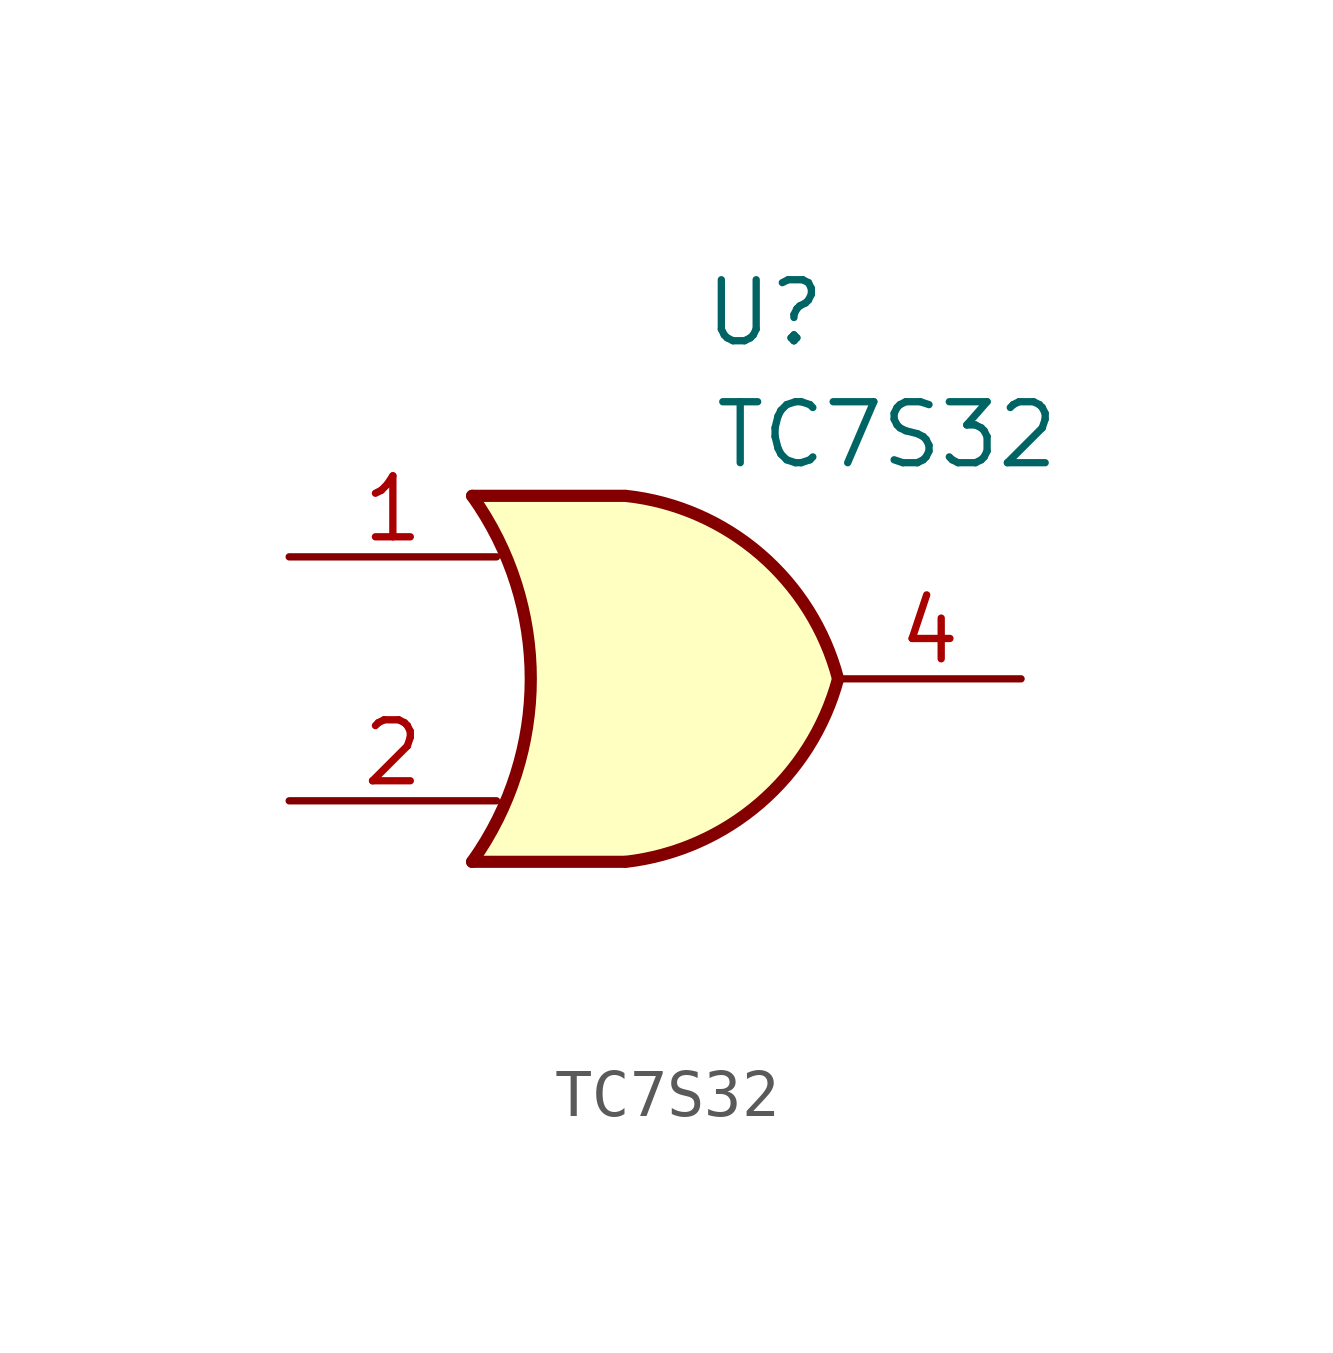
<source format=kicad_sym>
(kicad_symbol_lib
  (version 20211014)
  (generator kicad_symbol_editor)
  (symbol "TC7S32"
    (property "Reference" "U"
      (at 3.81 7.62 0)
      (effects (font (size 1.27 1.27))))
    (property "Value" "TC7S32"
      (at 6.35 5.08 0)
      (effects (font (size 1.27 1.27))))
    (symbol "TC7S32_1_1"
      (arc (start -2.2862 -3.81) (mid -1.0652 0) (end -2.2862 3.81) (stroke (width 0.254) (type default) (color 0 0 0 0)) (fill (type none)))
      (polyline (pts (xy -2.286 -3.81) (xy 0.889 -3.81)) (stroke (width 0.254) (type default) (color 0 0 0 0)) (fill (type background)))
      (polyline (pts (xy -2.286 3.81) (xy 0.889 3.81)) (stroke (width 0.254) (type default) (color 0 0 0 0)) (fill (type background)))
      (polyline (pts (xy 0.889 3.81) (xy -2.286 3.81) (xy -2.286 3.81) (xy -2.032 3.404) (xy -1.499 2.261) (xy -1.169 1.041) (xy -1.092 -0.254) (xy -1.245 -1.499) (xy -1.651 -2.718) (xy -2.286 -3.81) (xy -2.286 -3.81) (xy 0.889 -3.81)) (stroke (width -25.4) (type default) (color 0 0 0 0)) (fill (type background)))
      (arc (start 0.9142 -3.81) (mid 3.7093 -2.584) (end 5.3338 0) (stroke (width 0.254) (type default) (color 0 0 0 0)) (fill (type background)))
      (arc (start 5.3338 0) (mid 3.7166 2.5925) (end 0.9142 3.81) (stroke (width 0.254) (type default) (color 0 0 0 0)) (fill (type background)))
      (pin input line (at -6.096 2.54 0) (length 4.318) (name "~" (effects (font (size 1.27 1.27)))) (number "1" (effects (font (size 1.27 1.27)))))
      (pin input line (at -6.096 -2.54 0) (length 4.318) (name "~" (effects (font (size 1.27 1.27)))) (number "2" (effects (font (size 1.27 1.27)))))
      (pin power_in line (at 0 -3.81 270) (length 2.54) hide (name "GND" (effects (font (size 1.27 1.27)))) (number "3" (effects (font (size 1.27 1.27)))))
      (pin output line (at 9.144 0 180) (length 3.81) (name "~" (effects (font (size 1.27 1.27)))) (number "4" (effects (font (size 1.27 1.27)))))
      (pin power_in line (at 0 3.81 90) (length 2.54) hide (name "Vcc" (effects (font (size 1.27 1.27)))) (number "5" (effects (font (size 1.27 1.27))))))))
</source>
